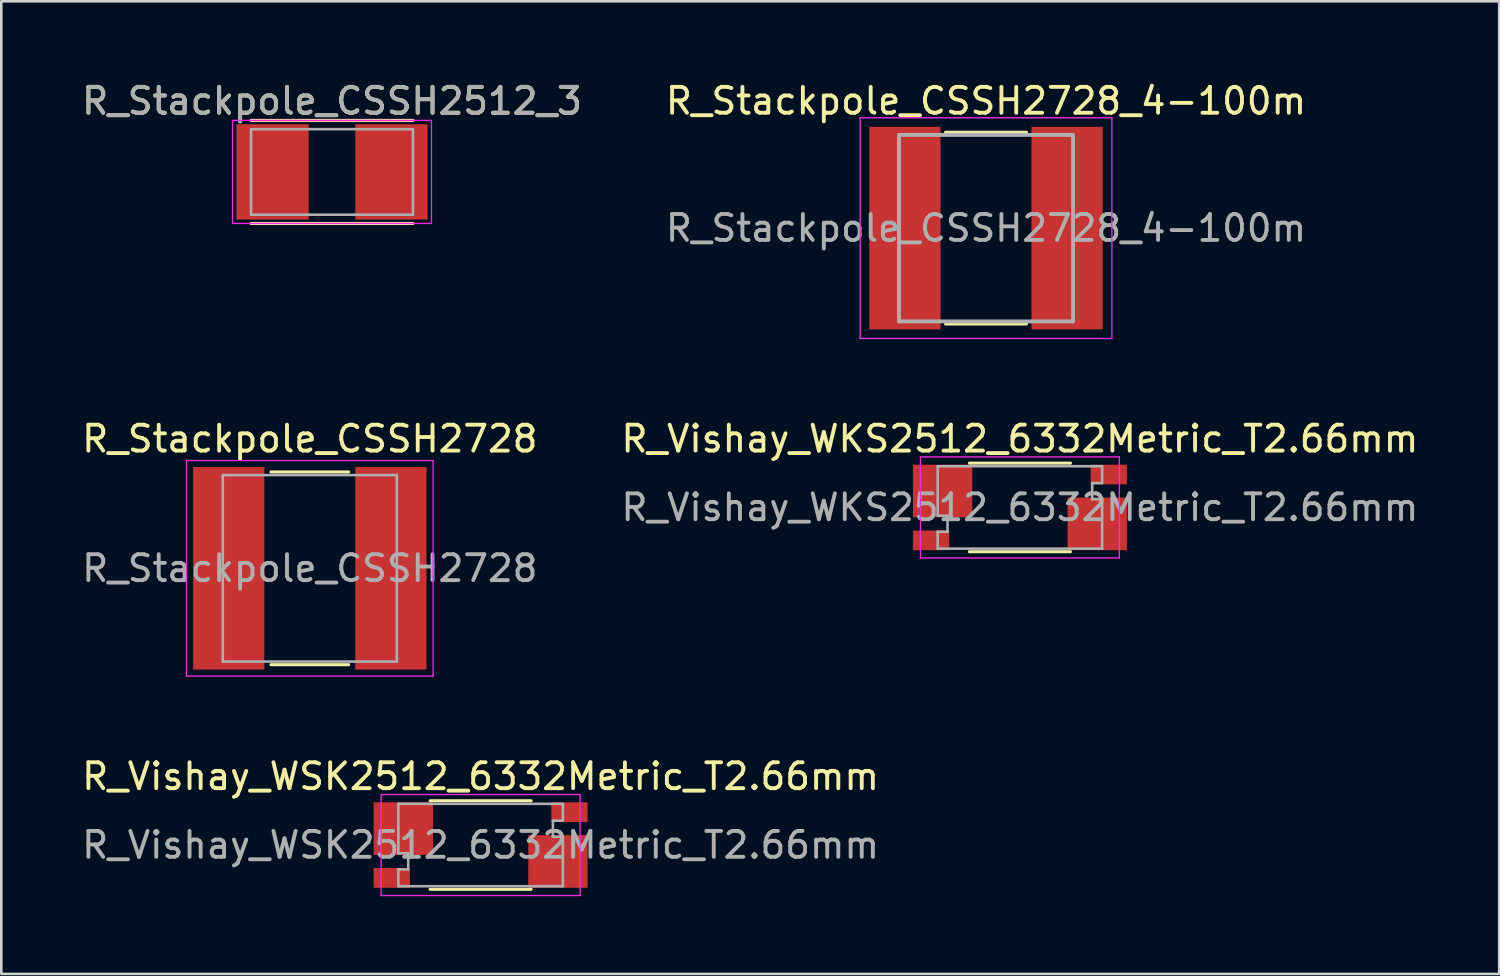
<source format=kicad_pcb>
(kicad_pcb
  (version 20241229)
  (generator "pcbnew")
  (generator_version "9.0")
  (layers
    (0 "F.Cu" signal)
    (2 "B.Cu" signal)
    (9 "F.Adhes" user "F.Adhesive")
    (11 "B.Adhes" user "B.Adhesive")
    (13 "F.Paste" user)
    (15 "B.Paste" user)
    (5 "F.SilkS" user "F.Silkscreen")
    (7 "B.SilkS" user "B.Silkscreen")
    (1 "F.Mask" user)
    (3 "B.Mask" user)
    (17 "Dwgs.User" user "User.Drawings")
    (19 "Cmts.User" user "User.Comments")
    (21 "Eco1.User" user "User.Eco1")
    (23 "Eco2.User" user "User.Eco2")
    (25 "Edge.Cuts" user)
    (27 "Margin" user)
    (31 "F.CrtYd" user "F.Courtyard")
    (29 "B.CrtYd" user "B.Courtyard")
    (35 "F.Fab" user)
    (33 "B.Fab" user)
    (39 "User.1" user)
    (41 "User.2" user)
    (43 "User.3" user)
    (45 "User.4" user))
  (footprint "R_Stackpole_CSSH2512_3"
    (layer "F.Cu")
    (at 9.768 3.588)
    (property "Reference" "R_Stackpole_CSSH2512_3" (at 0 -2.74 0) (layer "F.SilkS") (effects (font (size 1 1) (thickness 0.15))))
    (attr smd)
    (fp_line (start 3.125 -1.99) (end -3.125 -1.99) (stroke (width 0.12) (type solid)) (layer "F.SilkS"))
    (fp_line (start 3.125 1.99) (end -3.125 1.99) (stroke (width 0.12) (type solid)) (layer "F.SilkS"))
    (fp_line (start -3.84 -1.99) (end -3.84 1.99) (stroke (width 0.05) (type solid)) (layer "F.CrtYd"))
    (fp_line (start -3.84 1.99) (end 3.84 1.99) (stroke (width 0.05) (type solid)) (layer "F.CrtYd"))
    (fp_line (start 3.84 -1.99) (end -3.84 -1.99) (stroke (width 0.05) (type solid)) (layer "F.CrtYd"))
    (fp_line (start 3.84 1.99) (end 3.84 -1.99) (stroke (width 0.05) (type solid)) (layer "F.CrtYd"))
    (fp_line (start -3.125 -1.65) (end -3.125 1.65) (stroke (width 0.1) (type solid)) (layer "F.Fab"))
    (fp_line (start -3.125 1.65) (end 3.125 1.65) (stroke (width 0.1) (type solid)) (layer "F.Fab"))
    (fp_line (start 3.125 -1.65) (end -3.125 -1.65) (stroke (width 0.1) (type solid)) (layer "F.Fab"))
    (fp_line (start 3.125 1.65) (end 3.125 -1.65) (stroke (width 0.1) (type solid)) (layer "F.Fab"))
    (fp_text user "${REFERENCE}" (at 0 -2.74 0) (layer "F.Fab") (effects (font (size 1 1) (thickness 0.15))))
    (pad "1" smd rect (at -2.295 0) (size 2.79 3.68) (layers "F.Cu" "F.Mask" "F.Paste"))
    (pad "2" smd rect (at 2.295 0) (size 2.79 3.68) (layers "F.Cu" "F.Mask" "F.Paste")))
  (footprint "R_Vishay_WKS2512_6332Metric_T2.66mm"
    (layer "F.Cu")
    (at 36.327 16.541)
    (property "Reference" "R_Vishay_WKS2512_6332Metric_T2.66mm" (at 0 -2.65 0) (layer "F.SilkS") (effects (font (size 1 1) (thickness 0.15))))
    (attr smd)
    (fp_line (start -1.95 -1.71) (end 1.95 -1.71) (stroke (width 0.12) (type solid)) (layer "F.SilkS"))
    (fp_line (start -1.95 1.71) (end 1.95 1.71) (stroke (width 0.12) (type solid)) (layer "F.SilkS"))
    (fp_line (start -3.84 -1.95) (end 3.84 -1.95) (stroke (width 0.05) (type solid)) (layer "F.CrtYd"))
    (fp_line (start -3.84 1.95) (end -3.84 -1.95) (stroke (width 0.05) (type solid)) (layer "F.CrtYd"))
    (fp_line (start 3.84 -1.95) (end 3.84 1.95) (stroke (width 0.05) (type solid)) (layer "F.CrtYd"))
    (fp_line (start 3.84 1.95) (end -3.84 1.95) (stroke (width 0.05) (type solid)) (layer "F.CrtYd"))
    (fp_line (start -3.175 -1.59) (end 3.175 -1.59) (stroke (width 0.1) (type solid)) (layer "F.Fab"))
    (fp_line (start -3.175 0.32) (end -3.175 -1.59) (stroke (width 0.1) (type solid)) (layer "F.Fab"))
    (fp_line (start -3.175 0.32) (end -2.795 0.32) (stroke (width 0.1) (type solid)) (layer "F.Fab"))
    (fp_line (start -3.175 0.94) (end -3.175 1.59) (stroke (width 0.1) (type solid)) (layer "F.Fab"))
    (fp_line (start -3.175 0.94) (end -2.795 0.94) (stroke (width 0.1) (type solid)) (layer "F.Fab"))
    (fp_line (start -2.795 0.941) (end -2.795 0.32) (stroke (width 0.1) (type solid)) (layer "F.Fab"))
    (fp_line (start 2.79 -0.94) (end 3.17 -0.94) (stroke (width 0.1) (type solid)) (layer "F.Fab"))
    (fp_line (start 2.79 -0.32) (end 3.17 -0.32) (stroke (width 0.1) (type solid)) (layer "F.Fab"))
    (fp_line (start 2.79 -0.32) (end 2.79 -0.94) (stroke (width 0.1) (type solid)) (layer "F.Fab"))
    (fp_line (start 3.175 -0.94) (end 3.175 -1.59) (stroke (width 0.1) (type solid)) (layer "F.Fab"))
    (fp_line (start 3.175 -0.32) (end 3.175 1.59) (stroke (width 0.1) (type solid)) (layer "F.Fab"))
    (fp_line (start 3.175 1.59) (end -3.175 1.59) (stroke (width 0.1) (type solid)) (layer "F.Fab"))
    (fp_text user "${REFERENCE}" (at 0 0 0) (layer "F.Fab") (effects (font (size 1 1) (thickness 0.15))))
    (pad "1" smd rect (at -2.985 -0.635) (size 2.29 2.03) (layers "F.Cu" "F.Mask" "F.Paste"))
    (pad "2" smd rect (at 2.985 0.635) (size 2.29 2.03) (layers "F.Cu" "F.Mask" "F.Paste"))
    (pad "3" smd rect (at -3.43 1.27) (size 1.4 0.76) (layers "F.Cu" "F.Mask" "F.Paste"))
    (pad "4" smd rect (at 3.43 -1.27) (size 1.4 0.76) (layers "F.Cu" "F.Mask" "F.Paste")))
  (footprint "R_Vishay_WSK2512_6332Metric_T2.66mm"
    (layer "F.Cu")
    (at 15.506 29.575)
    (property "Reference" "R_Vishay_WSK2512_6332Metric_T2.66mm" (at 0 -2.65 0) (layer "F.SilkS") (effects (font (size 1 1) (thickness 0.15))))
    (attr smd)
    (fp_line (start -1.95 -1.71) (end 1.95 -1.71) (stroke (width 0.12) (type solid)) (layer "F.SilkS"))
    (fp_line (start -1.95 1.71) (end 1.95 1.71) (stroke (width 0.12) (type solid)) (layer "F.SilkS"))
    (fp_line (start -3.84 -1.95) (end 3.84 -1.95) (stroke (width 0.05) (type solid)) (layer "F.CrtYd"))
    (fp_line (start -3.84 1.95) (end -3.84 -1.95) (stroke (width 0.05) (type solid)) (layer "F.CrtYd"))
    (fp_line (start 3.84 -1.95) (end 3.84 1.95) (stroke (width 0.05) (type solid)) (layer "F.CrtYd"))
    (fp_line (start 3.84 1.95) (end -3.84 1.95) (stroke (width 0.05) (type solid)) (layer "F.CrtYd"))
    (fp_line (start -3.175 -1.59) (end 3.175 -1.59) (stroke (width 0.1) (type solid)) (layer "F.Fab"))
    (fp_line (start -3.175 0.32) (end -3.175 -1.59) (stroke (width 0.1) (type solid)) (layer "F.Fab"))
    (fp_line (start -3.175 0.32) (end -2.795 0.32) (stroke (width 0.1) (type solid)) (layer "F.Fab"))
    (fp_line (start -3.175 0.94) (end -3.175 1.59) (stroke (width 0.1) (type solid)) (layer "F.Fab"))
    (fp_line (start -3.175 0.94) (end -2.795 0.94) (stroke (width 0.1) (type solid)) (layer "F.Fab"))
    (fp_line (start -2.795 0.941) (end -2.795 0.32) (stroke (width 0.1) (type solid)) (layer "F.Fab"))
    (fp_line (start 2.79 -0.94) (end 3.17 -0.94) (stroke (width 0.1) (type solid)) (layer "F.Fab"))
    (fp_line (start 2.79 -0.32) (end 3.17 -0.32) (stroke (width 0.1) (type solid)) (layer "F.Fab"))
    (fp_line (start 2.79 -0.32) (end 2.79 -0.94) (stroke (width 0.1) (type solid)) (layer "F.Fab"))
    (fp_line (start 3.175 -0.94) (end 3.175 -1.59) (stroke (width 0.1) (type solid)) (layer "F.Fab"))
    (fp_line (start 3.175 -0.32) (end 3.175 1.59) (stroke (width 0.1) (type solid)) (layer "F.Fab"))
    (fp_line (start 3.175 1.59) (end -3.175 1.59) (stroke (width 0.1) (type solid)) (layer "F.Fab"))
    (fp_text user "${REFERENCE}" (at 0 0 0) (layer "F.Fab") (effects (font (size 1 1) (thickness 0.15))))
    (pad "1" smd rect (at -2.985 -0.635) (size 2.29 2.03) (layers "F.Cu" "F.Mask" "F.Paste"))
    (pad "2" smd rect (at 2.985 0.635) (size 2.29 2.03) (layers "F.Cu" "F.Mask" "F.Paste"))
    (pad "3" smd rect (at -3.43 1.27) (size 1.4 0.76) (layers "F.Cu" "F.Mask" "F.Paste"))
    (pad "4" smd rect (at 3.43 -1.27) (size 1.4 0.76) (layers "F.Cu" "F.Mask" "F.Paste")))
  (footprint "R_Stackpole_CSSH2728"
    (layer "F.Cu")
    (at 8.911 18.892)
    (property "Reference" "R_Stackpole_CSSH2728" (at 0 -5 0) (layer "F.SilkS") (effects (font (size 1 1) (thickness 0.15))))
    (attr smd)
    (fp_line (start -1.5 -3.72) (end 1.5 -3.72) (stroke (width 0.12) (type solid)) (layer "F.SilkS"))
    (fp_line (start -1.5 3.72) (end 1.5 3.72) (stroke (width 0.12) (type solid)) (layer "F.SilkS"))
    (fp_line (start -4.76 -4.16) (end 4.76 -4.16) (stroke (width 0.05) (type solid)) (layer "F.CrtYd"))
    (fp_line (start -4.76 4.16) (end -4.76 -4.16) (stroke (width 0.05) (type solid)) (layer "F.CrtYd"))
    (fp_line (start 4.76 -4.16) (end 4.76 4.16) (stroke (width 0.05) (type solid)) (layer "F.CrtYd"))
    (fp_line (start 4.76 4.16) (end -4.76 4.16) (stroke (width 0.05) (type solid)) (layer "F.CrtYd"))
    (fp_line (start -3.36 -3.6) (end 3.36 -3.6) (stroke (width 0.1) (type solid)) (layer "F.Fab"))
    (fp_line (start -3.36 3.6) (end -3.36 -3.6) (stroke (width 0.1) (type solid)) (layer "F.Fab"))
    (fp_line (start 3.36 -3.6) (end 3.36 3.6) (stroke (width 0.1) (type solid)) (layer "F.Fab"))
    (fp_line (start 3.36 3.6) (end -3.36 3.6) (stroke (width 0.1) (type solid)) (layer "F.Fab"))
    (fp_text user "${REFERENCE}" (at 0 0 0) (layer "F.Fab") (effects (font (size 1 1) (thickness 0.15))))
    (pad "1" smd rect (at -3.13 0) (size 2.75 7.82) (layers "F.Cu" "F.Mask" "F.Paste"))
    (pad "2" smd rect (at 3.13 0) (size 2.75 7.82) (layers "F.Cu" "F.Mask" "F.Paste")))
  (footprint "R_Stackpole_CSSH2728_4-100m"
    (layer "F.Cu")
    (at 35.018 5.758)
    (property "Reference" "R_Stackpole_CSSH2728_4-100m" (at 0 -4.91 0) (layer "F.SilkS") (effects (font (size 1 1) (thickness 0.15))))
    (attr smd)
    (fp_line (start -1.56 -3.7) (end 1.56 -3.7) (stroke (width 0.12) (type solid)) (layer "F.SilkS"))
    (fp_line (start -1.56 3.7) (end 1.56 3.7) (stroke (width 0.12) (type solid)) (layer "F.SilkS"))
    (fp_line (start -4.86 -4.26) (end -4.86 4.26) (stroke (width 0.05) (type solid)) (layer "F.CrtYd"))
    (fp_line (start -4.86 4.26) (end 4.86 4.26) (stroke (width 0.05) (type solid)) (layer "F.CrtYd"))
    (fp_line (start 4.86 -4.26) (end -4.86 -4.26) (stroke (width 0.05) (type solid)) (layer "F.CrtYd"))
    (fp_line (start 4.86 4.26) (end 4.86 -4.26) (stroke (width 0.05) (type solid)) (layer "F.CrtYd"))
    (fp_line (start -3.36 -3.6) (end -3.36 3.6) (stroke (width 0.15) (type solid)) (layer "F.Fab"))
    (fp_line (start -3.36 3.6) (end 3.36 3.6) (stroke (width 0.15) (type solid)) (layer "F.Fab"))
    (fp_line (start 3.36 -3.6) (end -3.36 -3.6) (stroke (width 0.15) (type solid)) (layer "F.Fab"))
    (fp_line (start 3.36 3.6) (end 3.36 -3.6) (stroke (width 0.15) (type solid)) (layer "F.Fab"))
    (fp_text user "${REFERENCE}" (at 0 0 0) (layer "F.Fab") (effects (font (size 1 1) (thickness 0.15))))
    (pad "1" smd rect (at -3.13 0) (size 2.75 7.82) (layers "F.Cu" "F.Mask" "F.Paste"))
    (pad "2" smd rect (at 3.13 0) (size 2.75 7.82) (layers "F.Cu" "F.Mask" "F.Paste")))
  (gr_rect
    (start -3 -3)
    (end 54.833 34.55)
    (stroke (width 0.1) (type default))
    (fill no)
    (layer "Edge.Cuts")))
</source>
